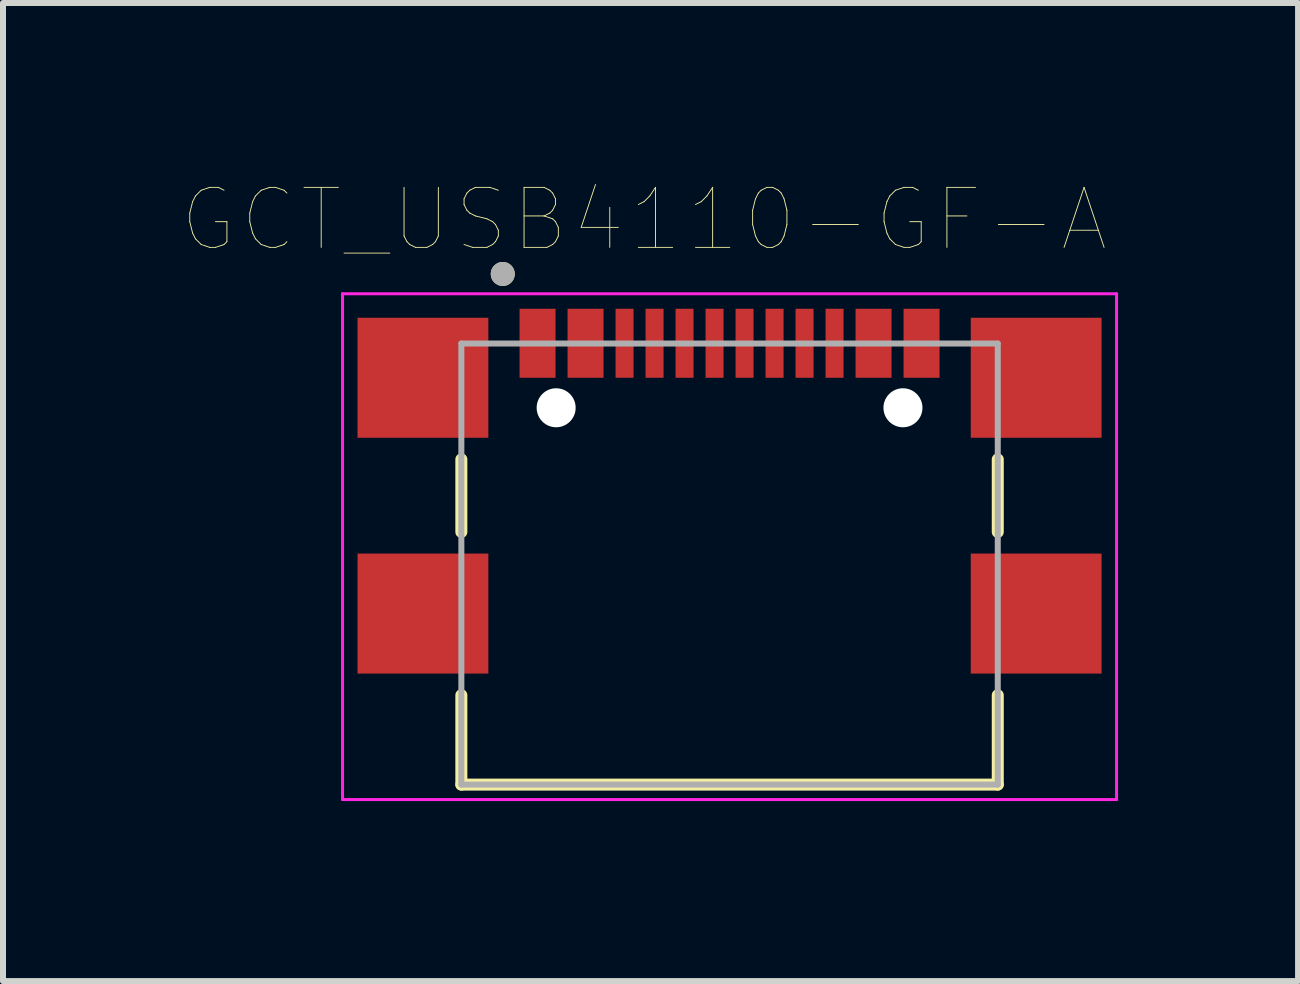
<source format=kicad_pcb>
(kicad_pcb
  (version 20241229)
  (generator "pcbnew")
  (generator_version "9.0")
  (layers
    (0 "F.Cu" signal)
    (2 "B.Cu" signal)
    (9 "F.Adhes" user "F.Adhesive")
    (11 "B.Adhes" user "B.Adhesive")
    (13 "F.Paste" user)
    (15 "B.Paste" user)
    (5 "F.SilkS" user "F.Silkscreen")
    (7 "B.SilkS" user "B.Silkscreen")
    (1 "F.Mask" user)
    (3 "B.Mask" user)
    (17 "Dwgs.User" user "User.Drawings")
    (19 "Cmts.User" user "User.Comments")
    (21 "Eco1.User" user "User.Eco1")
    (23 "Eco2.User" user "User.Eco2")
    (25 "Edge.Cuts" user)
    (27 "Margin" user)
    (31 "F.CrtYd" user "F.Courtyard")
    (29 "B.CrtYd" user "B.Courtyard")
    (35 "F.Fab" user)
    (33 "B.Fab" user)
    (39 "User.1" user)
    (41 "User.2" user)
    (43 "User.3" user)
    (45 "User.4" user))
  (footprint "GCT_USB4110-GF-A"
    (layer "F.Cu")
    (at 9.109 3.746)
    (property "Reference" "GCT_USB4110-GF-A" (at -1.425 -3.135 180) (layer "F.SilkS") (effects (font (size 1 1) (thickness 0.015))))
    (attr through_hole)
    (fp_line (start -4.47 0.86) (end -4.47 2.07) (stroke (width 0.2) (type solid)) (layer "F.SilkS"))
    (fp_line (start -4.47 4.79) (end -4.47 6.28) (stroke (width 0.2) (type solid)) (layer "F.SilkS"))
    (fp_line (start -4.47 6.28) (end 4.47 6.28) (stroke (width 0.2) (type solid)) (layer "F.SilkS"))
    (fp_line (start 4.47 0.86) (end 4.47 2.07) (stroke (width 0.2) (type solid)) (layer "F.SilkS"))
    (fp_line (start 4.47 6.28) (end 4.47 4.79) (stroke (width 0.2) (type solid)) (layer "F.SilkS"))
    (fp_circle (center -3.78 -2.23) (end -3.68 -2.23) (stroke (width 0.2) (type solid)) (fill no) (layer "F.SilkS"))
    (fp_line (start -6.45 -1.9) (end 6.45 -1.9) (stroke (width 0.05) (type solid)) (layer "F.CrtYd"))
    (fp_line (start -6.45 6.53) (end -6.45 -1.9) (stroke (width 0.05) (type solid)) (layer "F.CrtYd"))
    (fp_line (start 6.45 -1.9) (end 6.45 6.53) (stroke (width 0.05) (type solid)) (layer "F.CrtYd"))
    (fp_line (start 6.45 6.53) (end -6.45 6.53) (stroke (width 0.05) (type solid)) (layer "F.CrtYd"))
    (fp_line (start -4.47 -1.07) (end -4.47 6.28) (stroke (width 0.1) (type solid)) (layer "F.Fab"))
    (fp_line (start -4.47 6.28) (end 4.47 6.28) (stroke (width 0.1) (type solid)) (layer "F.Fab"))
    (fp_line (start 4.47 -1.07) (end -4.47 -1.07) (stroke (width 0.1) (type solid)) (layer "F.Fab"))
    (fp_line (start 4.47 6.28) (end 4.47 -1.07) (stroke (width 0.1) (type solid)) (layer "F.Fab"))
    (fp_circle (center -3.78 -2.23) (end -3.68 -2.23) (stroke (width 0.2) (type solid)) (fill no) (layer "F.Fab"))
    (pad "" np_thru_hole circle (at -2.89 0) (size 0.65 0.65) (drill 0.65) (layers "*.Cu" "*.Mask"))
    (pad "" np_thru_hole circle (at 2.89 0) (size 0.65 0.65) (drill 0.65) (layers "*.Cu" "*.Mask"))
    (pad "A1" smd rect (at -3.2 -1.075) (size 0.6 1.15) (layers "F.Cu" "F.Mask" "F.Paste"))
    (pad "A4" smd rect (at -2.4 -1.075) (size 0.6 1.15) (layers "F.Cu" "F.Mask" "F.Paste"))
    (pad "A5" smd rect (at -1.25 -1.075) (size 0.3 1.15) (layers "F.Cu" "F.Mask" "F.Paste"))
    (pad "A6" smd rect (at -0.25 -1.075) (size 0.3 1.15) (layers "F.Cu" "F.Mask" "F.Paste"))
    (pad "A7" smd rect (at 0.25 -1.075) (size 0.3 1.15) (layers "F.Cu" "F.Mask" "F.Paste"))
    (pad "A8" smd rect (at 1.25 -1.075) (size 0.3 1.15) (layers "F.Cu" "F.Mask" "F.Paste"))
    (pad "A9" smd rect (at 2.4 -1.075) (size 0.6 1.15) (layers "F.Cu" "F.Mask" "F.Paste"))
    (pad "A12" smd rect (at 3.2 -1.075) (size 0.6 1.15) (layers "F.Cu" "F.Mask" "F.Paste"))
    (pad "B5" smd rect (at 1.75 -1.075) (size 0.3 1.15) (layers "F.Cu" "F.Mask" "F.Paste"))
    (pad "B6" smd rect (at 0.75 -1.075) (size 0.3 1.15) (layers "F.Cu" "F.Mask" "F.Paste"))
    (pad "B7" smd rect (at -0.75 -1.075) (size 0.3 1.15) (layers "F.Cu" "F.Mask" "F.Paste"))
    (pad "B8" smd rect (at -1.75 -1.075) (size 0.3 1.15) (layers "F.Cu" "F.Mask" "F.Paste"))
    (pad "S1" smd rect (at -5.11 -0.5) (size 2.18 2) (layers "F.Cu" "F.Mask" "F.Paste"))
    (pad "S1" smd rect (at -5.11 3.43) (size 2.18 2) (layers "F.Cu" "F.Mask" "F.Paste"))
    (pad "S1" smd rect (at 5.11 -0.5) (size 2.18 2) (layers "F.Cu" "F.Mask" "F.Paste"))
    (pad "S1" smd rect (at 5.11 3.43) (size 2.18 2) (layers "F.Cu" "F.Mask" "F.Paste")))
  (gr_rect
    (start -3 -3)
    (end 18.584 13.301)
    (stroke (width 0.1) (type default))
    (fill no)
    (layer "Edge.Cuts")))
</source>
